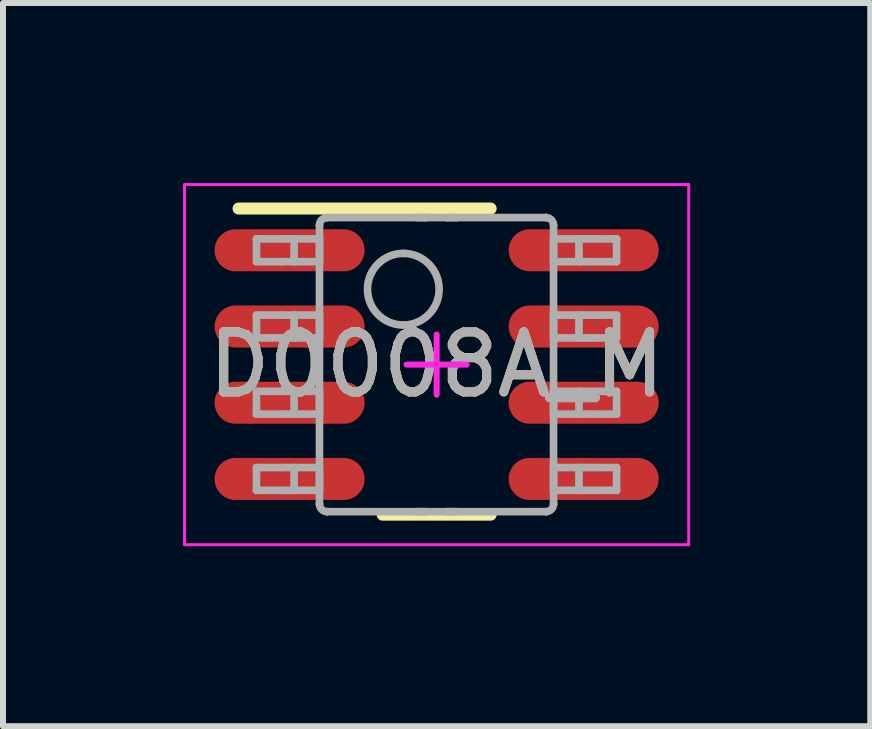
<source format=kicad_pcb>
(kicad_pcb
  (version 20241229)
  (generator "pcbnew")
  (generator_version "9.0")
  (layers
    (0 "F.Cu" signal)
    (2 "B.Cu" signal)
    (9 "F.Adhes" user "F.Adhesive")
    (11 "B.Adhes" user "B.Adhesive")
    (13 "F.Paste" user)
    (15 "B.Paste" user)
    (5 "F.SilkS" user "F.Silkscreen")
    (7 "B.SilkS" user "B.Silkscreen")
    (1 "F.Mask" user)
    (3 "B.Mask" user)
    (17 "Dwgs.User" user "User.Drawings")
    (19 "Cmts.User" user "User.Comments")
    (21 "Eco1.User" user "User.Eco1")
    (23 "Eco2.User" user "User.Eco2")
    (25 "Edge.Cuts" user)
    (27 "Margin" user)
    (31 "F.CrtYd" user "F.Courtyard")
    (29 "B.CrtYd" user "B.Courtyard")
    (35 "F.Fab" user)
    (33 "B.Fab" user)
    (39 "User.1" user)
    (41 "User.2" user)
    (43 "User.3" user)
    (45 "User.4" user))
  (footprint "D0008A_M"
    (layer "F.Cu")
    (at 4.225 3.025)
    (property "Reference" "D0008A_M" (at 0 0 0) (unlocked yes) (layer "F.SilkS") (effects (font (size 1 1) (thickness 0.15))))
    (attr smd)
    (fp_line (start -3.3 -2.6) (end 0.9 -2.6) (stroke (width 0.2) (type solid)) (layer "F.SilkS"))
    (fp_line (start -0.9 2.5) (end 0.9 2.5) (stroke (width 0.2) (type solid)) (layer "F.SilkS"))
    (fp_line (start -4.2 -3) (end 4.2 -3) (stroke (width 0.05) (type solid)) (layer "F.CrtYd"))
    (fp_line (start -4.2 3) (end -4.2 -3) (stroke (width 0.05) (type solid)) (layer "F.CrtYd"))
    (fp_line (start -4.2 3) (end 4.2 3) (stroke (width 0.05) (type solid)) (layer "F.CrtYd"))
    (fp_line (start -0.5 0) (end 0.5 0) (stroke (width 0.1) (type solid)) (layer "F.CrtYd"))
    (fp_line (start 0 0.5) (end 0 -0.5) (stroke (width 0.1) (type solid)) (layer "F.CrtYd"))
    (fp_line (start 4.2 3) (end 4.2 -3) (stroke (width 0.05) (type solid)) (layer "F.CrtYd"))
    (fp_line (start -3.002 -2.095) (end -2.589 -2.095) (stroke (width 0.127) (type solid)) (layer "F.Fab"))
    (fp_line (start -3.002 -1.715) (end -3.002 -2.095) (stroke (width 0.127) (type solid)) (layer "F.Fab"))
    (fp_line (start -3.002 -1.715) (end -2.589 -1.715) (stroke (width 0.127) (type solid)) (layer "F.Fab"))
    (fp_line (start -3.002 -0.825) (end -2.589 -0.825) (stroke (width 0.127) (type solid)) (layer "F.Fab"))
    (fp_line (start -3.002 -0.445) (end -3.002 -0.825) (stroke (width 0.127) (type solid)) (layer "F.Fab"))
    (fp_line (start -3.002 -0.445) (end -2.589 -0.445) (stroke (width 0.127) (type solid)) (layer "F.Fab"))
    (fp_line (start -3.002 0.445) (end -2.589 0.445) (stroke (width 0.127) (type solid)) (layer "F.Fab"))
    (fp_line (start -3.002 0.825) (end -3.002 0.445) (stroke (width 0.127) (type solid)) (layer "F.Fab"))
    (fp_line (start -3.002 0.825) (end -2.589 0.825) (stroke (width 0.127) (type solid)) (layer "F.Fab"))
    (fp_line (start -3.002 1.715) (end -2.589 1.715) (stroke (width 0.127) (type solid)) (layer "F.Fab"))
    (fp_line (start -3.002 2.095) (end -3.002 1.715) (stroke (width 0.127) (type solid)) (layer "F.Fab"))
    (fp_line (start -3.002 2.095) (end -2.589 2.095) (stroke (width 0.127) (type solid)) (layer "F.Fab"))
    (fp_line (start -2.589 -2.095) (end -2.375 -2.095) (stroke (width 0.127) (type solid)) (layer "F.Fab"))
    (fp_line (start -2.589 -1.715) (end -2.375 -1.715) (stroke (width 0.127) (type solid)) (layer "F.Fab"))
    (fp_line (start -2.589 -0.825) (end -2.375 -0.825) (stroke (width 0.127) (type solid)) (layer "F.Fab"))
    (fp_line (start -2.589 -0.445) (end -2.375 -0.445) (stroke (width 0.127) (type solid)) (layer "F.Fab"))
    (fp_line (start -2.589 0.445) (end -2.375 0.445) (stroke (width 0.127) (type solid)) (layer "F.Fab"))
    (fp_line (start -2.589 0.825) (end -2.375 0.825) (stroke (width 0.127) (type solid)) (layer "F.Fab"))
    (fp_line (start -2.589 1.715) (end -2.375 1.715) (stroke (width 0.127) (type solid)) (layer "F.Fab"))
    (fp_line (start -2.589 2.095) (end -2.375 2.095) (stroke (width 0.127) (type solid)) (layer "F.Fab"))
    (fp_line (start -2.375 -2.095) (end -1.995 -2.095) (stroke (width 0.127) (type solid)) (layer "F.Fab"))
    (fp_line (start -2.375 -1.715) (end -2.375 -2.095) (stroke (width 0.127) (type solid)) (layer "F.Fab"))
    (fp_line (start -2.375 -1.715) (end -1.995 -1.715) (stroke (width 0.127) (type solid)) (layer "F.Fab"))
    (fp_line (start -2.375 -0.825) (end -1.995 -0.825) (stroke (width 0.127) (type solid)) (layer "F.Fab"))
    (fp_line (start -2.375 -0.445) (end -2.375 -0.825) (stroke (width 0.127) (type solid)) (layer "F.Fab"))
    (fp_line (start -2.375 -0.445) (end -1.995 -0.445) (stroke (width 0.127) (type solid)) (layer "F.Fab"))
    (fp_line (start -2.375 0.445) (end -1.995 0.445) (stroke (width 0.127) (type solid)) (layer "F.Fab"))
    (fp_line (start -2.375 0.825) (end -2.375 0.445) (stroke (width 0.127) (type solid)) (layer "F.Fab"))
    (fp_line (start -2.375 0.825) (end -1.995 0.825) (stroke (width 0.127) (type solid)) (layer "F.Fab"))
    (fp_line (start -2.375 1.715) (end -1.995 1.715) (stroke (width 0.127) (type solid)) (layer "F.Fab"))
    (fp_line (start -2.375 2.095) (end -2.375 1.715) (stroke (width 0.127) (type solid)) (layer "F.Fab"))
    (fp_line (start -2.375 2.095) (end -1.995 2.095) (stroke (width 0.127) (type solid)) (layer "F.Fab"))
    (fp_line (start -1.995 -2.095) (end -1.952 -2.095) (stroke (width 0.127) (type solid)) (layer "F.Fab"))
    (fp_line (start -1.995 -1.715) (end -1.952 -1.715) (stroke (width 0.127) (type solid)) (layer "F.Fab"))
    (fp_line (start -1.995 -0.825) (end -1.952 -0.825) (stroke (width 0.127) (type solid)) (layer "F.Fab"))
    (fp_line (start -1.995 -0.445) (end -1.952 -0.445) (stroke (width 0.127) (type solid)) (layer "F.Fab"))
    (fp_line (start -1.995 0.445) (end -1.952 0.445) (stroke (width 0.127) (type solid)) (layer "F.Fab"))
    (fp_line (start -1.995 0.825) (end -1.952 0.825) (stroke (width 0.127) (type solid)) (layer "F.Fab"))
    (fp_line (start -1.995 1.715) (end -1.952 1.715) (stroke (width 0.127) (type solid)) (layer "F.Fab"))
    (fp_line (start -1.995 2.095) (end -1.952 2.095) (stroke (width 0.127) (type solid)) (layer "F.Fab"))
    (fp_line (start -1.952 -2.323) (end -1.952 -2.324) (stroke (width 0.127) (type solid)) (layer "F.Fab"))
    (fp_line (start -1.952 -1.715) (end -1.952 -2.095) (stroke (width 0.127) (type solid)) (layer "F.Fab"))
    (fp_line (start -1.952 -0.445) (end -1.952 -0.825) (stroke (width 0.127) (type solid)) (layer "F.Fab"))
    (fp_line (start -1.952 0.825) (end -1.952 0.445) (stroke (width 0.127) (type solid)) (layer "F.Fab"))
    (fp_line (start -1.952 2.095) (end -1.952 1.715) (stroke (width 0.127) (type solid)) (layer "F.Fab"))
    (fp_line (start -1.952 2.323) (end -1.952 -2.323) (stroke (width 0.127) (type solid)) (layer "F.Fab"))
    (fp_line (start -1.952 2.324) (end -1.952 2.323) (stroke (width 0.127) (type solid)) (layer "F.Fab"))
    (fp_line (start -1.826 -2.45) (end -1.825 -2.45) (stroke (width 0.127) (type solid)) (layer "F.Fab"))
    (fp_line (start -1.826 2.45) (end -1.825 2.45) (stroke (width 0.127) (type solid)) (layer "F.Fab"))
    (fp_line (start -1.825 -2.45) (end -0.332 -2.45) (stroke (width 0.127) (type solid)) (layer "F.Fab"))
    (fp_line (start -1.825 2.45) (end -0.332 2.45) (stroke (width 0.127) (type solid)) (layer "F.Fab"))
    (fp_line (start -0.332 -2.45) (end -0.182 -2.45) (stroke (width 0.127) (type solid)) (layer "F.Fab"))
    (fp_line (start -0.332 -2.45) (end -0.182 -2.45) (stroke (width 0.127) (type solid)) (layer "F.Fab"))
    (fp_line (start -0.332 2.45) (end -0.182 2.45) (stroke (width 0.127) (type solid)) (layer "F.Fab"))
    (fp_line (start -0.332 2.45) (end -0.182 2.45) (stroke (width 0.127) (type solid)) (layer "F.Fab"))
    (fp_line (start -0.182 -2.45) (end 0.178 -2.45) (stroke (width 0.127) (type solid)) (layer "F.Fab"))
    (fp_line (start -0.182 2.45) (end 0.178 2.45) (stroke (width 0.127) (type solid)) (layer "F.Fab"))
    (fp_line (start 0.178 -2.45) (end 0.328 -2.45) (stroke (width 0.127) (type solid)) (layer "F.Fab"))
    (fp_line (start 0.178 -2.45) (end 0.328 -2.45) (stroke (width 0.127) (type solid)) (layer "F.Fab"))
    (fp_line (start 0.178 2.45) (end 0.328 2.45) (stroke (width 0.127) (type solid)) (layer "F.Fab"))
    (fp_line (start 0.178 2.45) (end 0.328 2.45) (stroke (width 0.127) (type solid)) (layer "F.Fab"))
    (fp_line (start 0.328 -2.45) (end 1.821 -2.45) (stroke (width 0.127) (type solid)) (layer "F.Fab"))
    (fp_line (start 0.328 2.45) (end 1.821 2.45) (stroke (width 0.127) (type solid)) (layer "F.Fab"))
    (fp_line (start 1.821 -2.45) (end 1.822 -2.45) (stroke (width 0.127) (type solid)) (layer "F.Fab"))
    (fp_line (start 1.821 2.45) (end 1.822 2.45) (stroke (width 0.127) (type solid)) (layer "F.Fab"))
    (fp_line (start 1.948 -2.323) (end 1.948 -2.324) (stroke (width 0.127) (type solid)) (layer "F.Fab"))
    (fp_line (start 1.948 -2.095) (end 1.991 -2.095) (stroke (width 0.127) (type solid)) (layer "F.Fab"))
    (fp_line (start 1.948 -1.715) (end 1.948 -2.095) (stroke (width 0.127) (type solid)) (layer "F.Fab"))
    (fp_line (start 1.948 -1.715) (end 1.991 -1.715) (stroke (width 0.127) (type solid)) (layer "F.Fab"))
    (fp_line (start 1.948 -0.825) (end 1.991 -0.825) (stroke (width 0.127) (type solid)) (layer "F.Fab"))
    (fp_line (start 1.948 -0.445) (end 1.948 -0.825) (stroke (width 0.127) (type solid)) (layer "F.Fab"))
    (fp_line (start 1.948 -0.445) (end 1.991 -0.445) (stroke (width 0.127) (type solid)) (layer "F.Fab"))
    (fp_line (start 1.948 0.445) (end 1.991 0.445) (stroke (width 0.127) (type solid)) (layer "F.Fab"))
    (fp_line (start 1.948 0.825) (end 1.948 0.445) (stroke (width 0.127) (type solid)) (layer "F.Fab"))
    (fp_line (start 1.948 0.825) (end 1.991 0.825) (stroke (width 0.127) (type solid)) (layer "F.Fab"))
    (fp_line (start 1.948 1.715) (end 1.991 1.715) (stroke (width 0.127) (type solid)) (layer "F.Fab"))
    (fp_line (start 1.948 2.095) (end 1.948 1.715) (stroke (width 0.127) (type solid)) (layer "F.Fab"))
    (fp_line (start 1.948 2.095) (end 1.991 2.095) (stroke (width 0.127) (type solid)) (layer "F.Fab"))
    (fp_line (start 1.948 2.323) (end 1.948 -2.323) (stroke (width 0.127) (type solid)) (layer "F.Fab"))
    (fp_line (start 1.948 2.324) (end 1.948 2.323) (stroke (width 0.127) (type solid)) (layer "F.Fab"))
    (fp_line (start 1.991 -2.095) (end 2.371 -2.095) (stroke (width 0.127) (type solid)) (layer "F.Fab"))
    (fp_line (start 1.991 -1.715) (end 2.371 -1.715) (stroke (width 0.127) (type solid)) (layer "F.Fab"))
    (fp_line (start 1.991 -0.825) (end 2.371 -0.825) (stroke (width 0.127) (type solid)) (layer "F.Fab"))
    (fp_line (start 1.991 -0.445) (end 2.371 -0.445) (stroke (width 0.127) (type solid)) (layer "F.Fab"))
    (fp_line (start 1.991 0.445) (end 2.371 0.445) (stroke (width 0.127) (type solid)) (layer "F.Fab"))
    (fp_line (start 1.991 0.825) (end 2.371 0.825) (stroke (width 0.127) (type solid)) (layer "F.Fab"))
    (fp_line (start 1.991 1.715) (end 2.371 1.715) (stroke (width 0.127) (type solid)) (layer "F.Fab"))
    (fp_line (start 1.991 2.095) (end 2.371 2.095) (stroke (width 0.127) (type solid)) (layer "F.Fab"))
    (fp_line (start 2.371 -2.095) (end 2.585 -2.095) (stroke (width 0.127) (type solid)) (layer "F.Fab"))
    (fp_line (start 2.371 -1.715) (end 2.371 -2.095) (stroke (width 0.127) (type solid)) (layer "F.Fab"))
    (fp_line (start 2.371 -1.715) (end 2.585 -1.715) (stroke (width 0.127) (type solid)) (layer "F.Fab"))
    (fp_line (start 2.371 -0.825) (end 2.585 -0.825) (stroke (width 0.127) (type solid)) (layer "F.Fab"))
    (fp_line (start 2.371 -0.445) (end 2.371 -0.825) (stroke (width 0.127) (type solid)) (layer "F.Fab"))
    (fp_line (start 2.371 -0.445) (end 2.585 -0.445) (stroke (width 0.127) (type solid)) (layer "F.Fab"))
    (fp_line (start 2.371 0.445) (end 2.585 0.445) (stroke (width 0.127) (type solid)) (layer "F.Fab"))
    (fp_line (start 2.371 0.825) (end 2.371 0.445) (stroke (width 0.127) (type solid)) (layer "F.Fab"))
    (fp_line (start 2.371 0.825) (end 2.585 0.825) (stroke (width 0.127) (type solid)) (layer "F.Fab"))
    (fp_line (start 2.371 1.715) (end 2.585 1.715) (stroke (width 0.127) (type solid)) (layer "F.Fab"))
    (fp_line (start 2.371 2.095) (end 2.371 1.715) (stroke (width 0.127) (type solid)) (layer "F.Fab"))
    (fp_line (start 2.371 2.095) (end 2.585 2.095) (stroke (width 0.127) (type solid)) (layer "F.Fab"))
    (fp_line (start 2.585 -2.095) (end 2.998 -2.095) (stroke (width 0.127) (type solid)) (layer "F.Fab"))
    (fp_line (start 2.585 -1.715) (end 2.998 -1.715) (stroke (width 0.127) (type solid)) (layer "F.Fab"))
    (fp_line (start 2.585 -0.825) (end 2.998 -0.825) (stroke (width 0.127) (type solid)) (layer "F.Fab"))
    (fp_line (start 2.585 -0.445) (end 2.998 -0.445) (stroke (width 0.127) (type solid)) (layer "F.Fab"))
    (fp_line (start 2.585 0.445) (end 2.998 0.445) (stroke (width 0.127) (type solid)) (layer "F.Fab"))
    (fp_line (start 2.585 0.825) (end 2.998 0.825) (stroke (width 0.127) (type solid)) (layer "F.Fab"))
    (fp_line (start 2.585 1.715) (end 2.998 1.715) (stroke (width 0.127) (type solid)) (layer "F.Fab"))
    (fp_line (start 2.585 2.095) (end 2.998 2.095) (stroke (width 0.127) (type solid)) (layer "F.Fab"))
    (fp_line (start 2.998 -1.715) (end 2.998 -2.095) (stroke (width 0.127) (type solid)) (layer "F.Fab"))
    (fp_line (start 2.998 -0.445) (end 2.998 -0.825) (stroke (width 0.127) (type solid)) (layer "F.Fab"))
    (fp_line (start 2.998 0.825) (end 2.998 0.445) (stroke (width 0.127) (type solid)) (layer "F.Fab"))
    (fp_line (start 2.998 2.095) (end 2.998 1.715) (stroke (width 0.127) (type solid)) (layer "F.Fab"))
    (fp_arc (start -1.952002 -2.323941) (mid -1.914806 -2.412806) (end -1.825941 -2.450002) (stroke (width 0.127) (type solid)) (layer "F.Fab"))
    (fp_arc (start -1.825941 2.449992) (mid -1.914806 2.412795) (end -1.952002 2.323931) (stroke (width 0.127) (type solid)) (layer "F.Fab"))
    (fp_arc (start -0.555 -1.8531) (mid 0.0419 -1.2562) (end -0.555 -0.6593) (stroke (width 0.127) (type solid)) (layer "F.Fab"))
    (fp_arc (start -0.555 -0.6593) (mid -1.1519 -1.2562) (end -0.555 -1.8531) (stroke (width 0.127) (type solid)) (layer "F.Fab"))
    (fp_arc (start 1.821933 -2.450002) (mid 1.910797 -2.412806) (end 1.947994 -2.323941) (stroke (width 0.127) (type solid)) (layer "F.Fab"))
    (fp_arc (start 1.947994 2.323931) (mid 1.910797 2.412795) (end 1.821933 2.449992) (stroke (width 0.127) (type solid)) (layer "F.Fab"))
    (fp_text user "${REFERENCE}" (at 0 0 0) (unlocked yes) (layer "F.Fab") (effects (font (size 1 1) (thickness 0.15))))
    (pad "1" smd oval (at -2.45 -1.905 90) (size 0.7 2.5) (layers "F.Cu" "F.Mask" "F.Paste"))
    (pad "2" smd oval (at -2.45 -0.635 90) (size 0.7 2.5) (layers "F.Cu" "F.Mask" "F.Paste"))
    (pad "3" smd oval (at -2.45 0.635 90) (size 0.7 2.5) (layers "F.Cu" "F.Mask" "F.Paste"))
    (pad "4" smd oval (at -2.45 1.905 90) (size 0.7 2.5) (layers "F.Cu" "F.Mask" "F.Paste"))
    (pad "5" smd oval (at 2.45 1.905 90) (size 0.7 2.5) (layers "F.Cu" "F.Mask" "F.Paste"))
    (pad "6" smd oval (at 2.45 0.635 90) (size 0.7 2.5) (layers "F.Cu" "F.Mask" "F.Paste"))
    (pad "7" smd oval (at 2.45 -0.635 90) (size 0.7 2.5) (layers "F.Cu" "F.Mask" "F.Paste"))
    (pad "8" smd oval (at 2.45 -1.905 90) (size 0.7 2.5) (layers "F.Cu" "F.Mask" "F.Paste")))
  (gr_rect
    (start -3 -3)
    (end 11.45 9.05)
    (stroke (width 0.1) (type default))
    (fill no)
    (layer "Edge.Cuts")))
</source>
